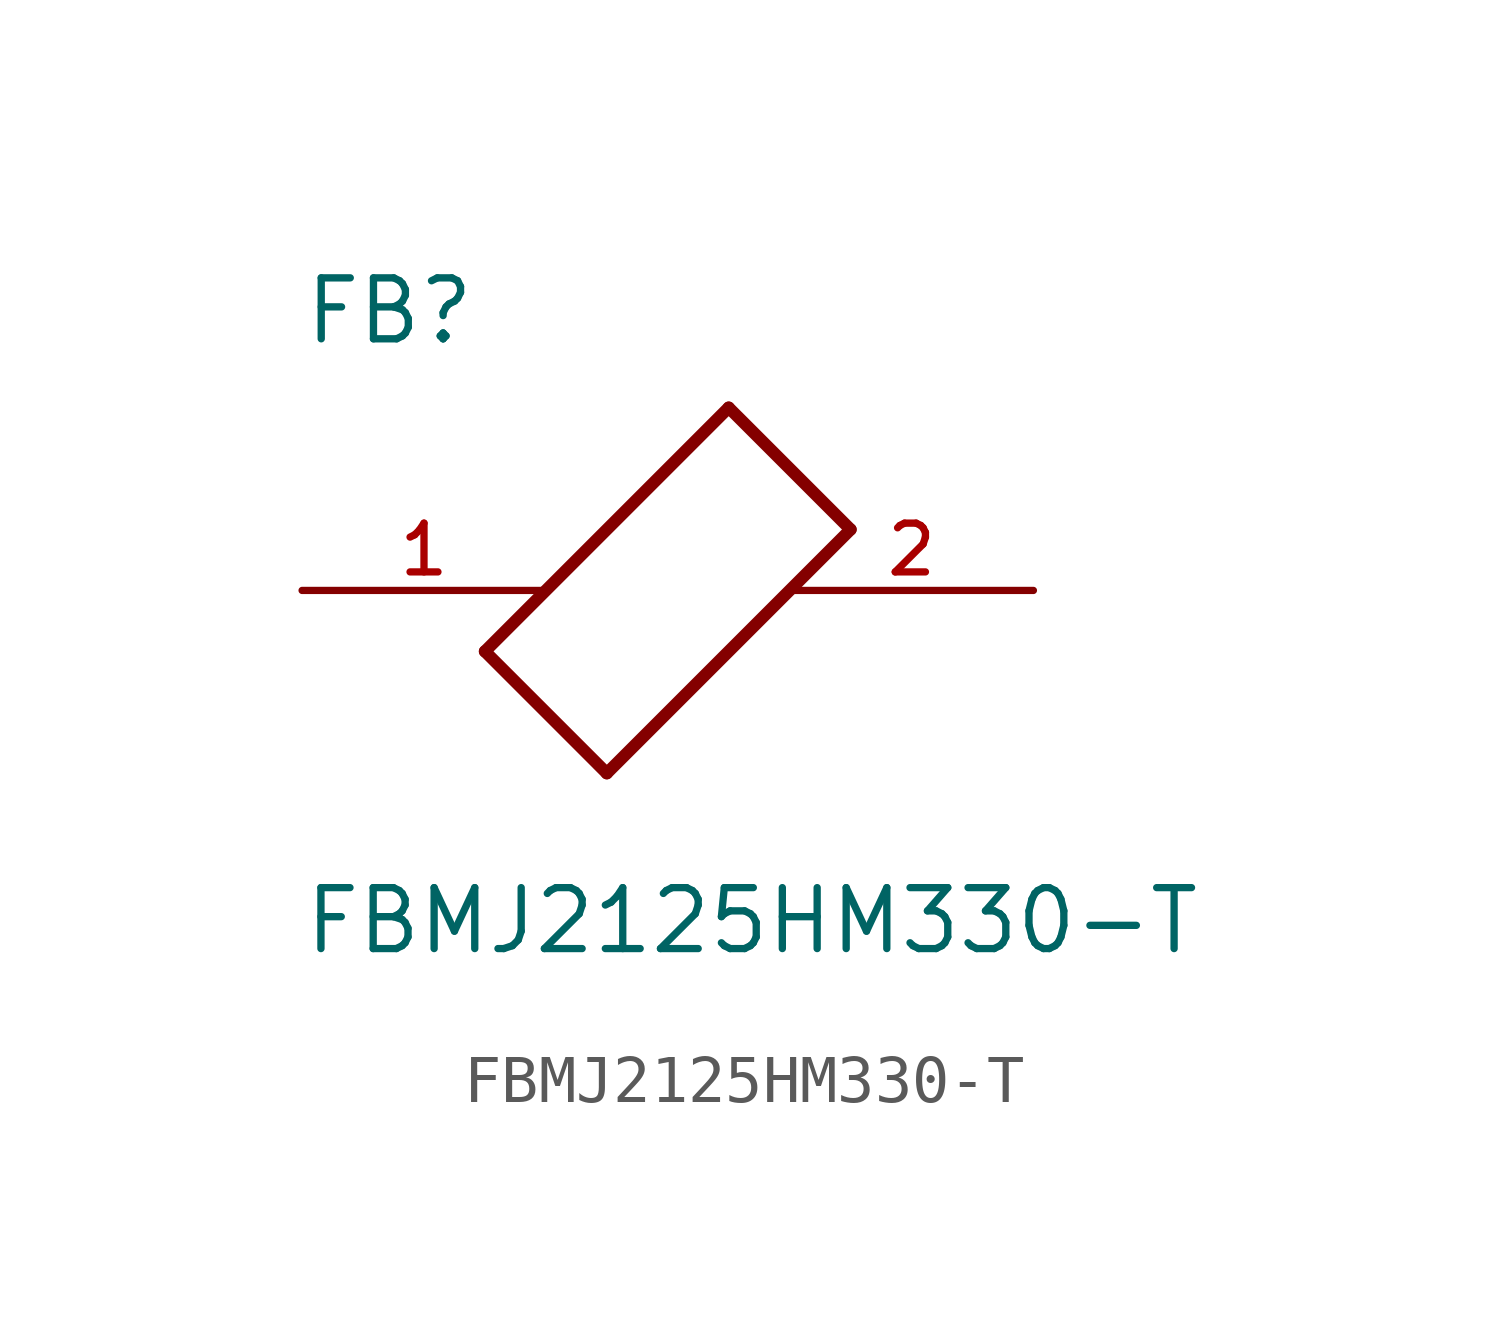
<source format=kicad_sym>
(kicad_symbol_lib
  (version 20211014)
  (generator kicad_symbol_editor)
  (symbol "FBMJ2125HM330-T"
    (pin_names
      (offset 1.016))
    (property "Reference" "FB"
      (at -7.624 5.081 0)
      (effects (font (size 1.27 1.27)) (justify bottom left)))
    (property "Value" "FBMJ2125HM330-T"
      (at -7.63 -7.627 0)
      (effects (font (size 1.27 1.27)) (justify bottom left)))
    (symbol "FBMJ2125HM330-T_0_0"
      (polyline (pts (xy -3.81 -1.27) (xy -1.27 -3.81)) (stroke (width 0.254)))
      (polyline (pts (xy -1.27 -3.81) (xy 3.81 1.27)) (stroke (width 0.254)))
      (polyline (pts (xy 3.81 1.27) (xy 1.27 3.81)) (stroke (width 0.254)))
      (polyline (pts (xy 1.27 3.81) (xy -3.81 -1.27)) (stroke (width 0.254)))
      (pin passive line (at 7.62 0.0 180.0) (length 5.08) (name "~" (effects (font (size 1.016 1.016)))) (number "2" (effects (font (size 1.016 1.016)))))
      (pin passive line (at -7.62 0.0 0) (length 5.08) (name "~" (effects (font (size 1.016 1.016)))) (number "1" (effects (font (size 1.016 1.016))))))))
</source>
